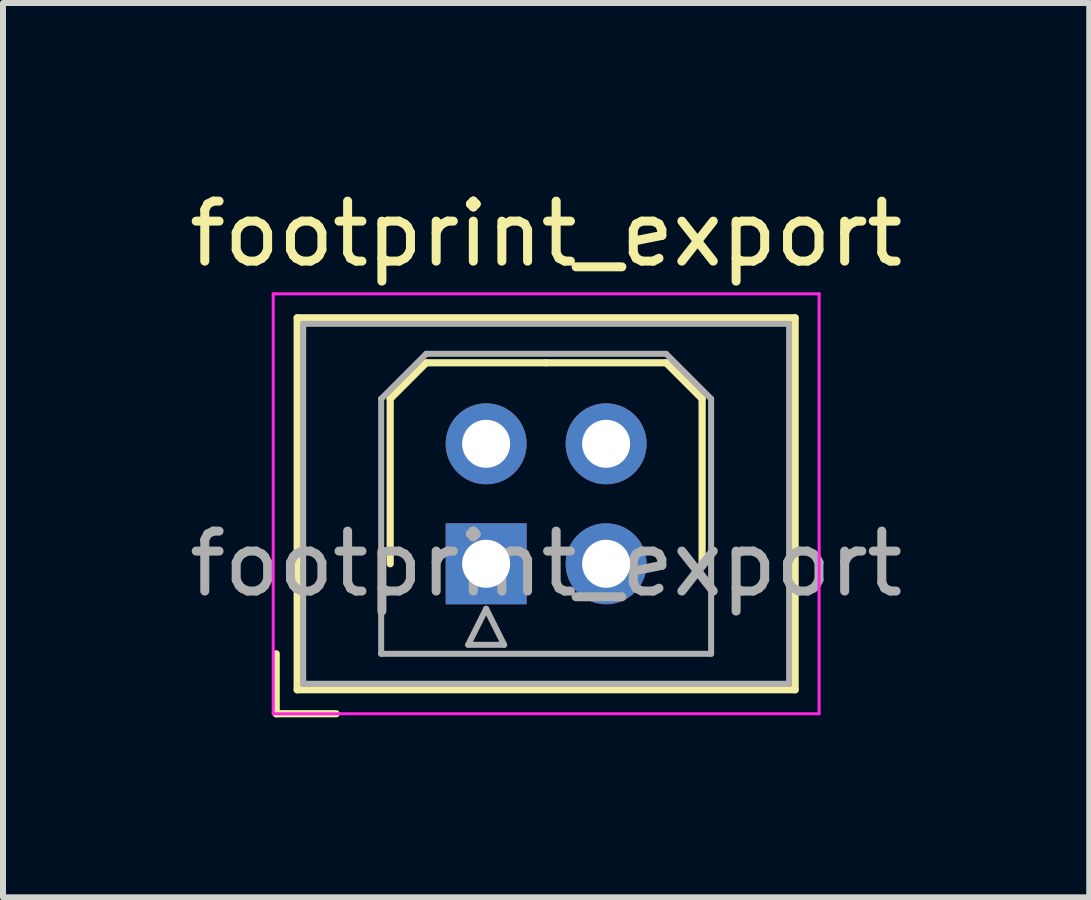
<source format=kicad_pcb>
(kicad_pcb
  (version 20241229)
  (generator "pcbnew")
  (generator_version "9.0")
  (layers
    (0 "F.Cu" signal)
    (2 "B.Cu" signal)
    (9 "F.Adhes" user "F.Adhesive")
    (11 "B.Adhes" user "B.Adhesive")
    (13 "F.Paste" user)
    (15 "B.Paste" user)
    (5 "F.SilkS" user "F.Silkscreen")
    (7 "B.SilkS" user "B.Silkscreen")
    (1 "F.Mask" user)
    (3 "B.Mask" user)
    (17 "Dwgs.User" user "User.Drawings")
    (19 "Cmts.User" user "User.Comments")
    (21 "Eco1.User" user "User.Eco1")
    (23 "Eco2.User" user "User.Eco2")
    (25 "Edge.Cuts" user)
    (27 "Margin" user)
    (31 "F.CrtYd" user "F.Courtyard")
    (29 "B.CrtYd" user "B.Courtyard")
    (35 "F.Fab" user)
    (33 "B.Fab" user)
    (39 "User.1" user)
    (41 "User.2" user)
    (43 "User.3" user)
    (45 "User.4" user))
  (footprint "footprint_export"
    (layer "F.Cu")
    (at 5.054 6.348)
    (property "Reference" "footprint_export" (at 1 -5.5 0) (layer "F.SilkS") (effects (font (size 1 1) (thickness 0.15))))
    (attr through_hole)
    (fp_line (start -3.5 1.5) (end -3.5 2.5) (stroke (width 0.12) (type solid)) (layer "F.SilkS"))
    (fp_line (start -3.5 2.5) (end -2.5 2.5) (stroke (width 0.12) (type solid)) (layer "F.SilkS"))
    (fp_line (start -3.15 -4.1) (end -3.15 2.1) (stroke (width 0.12) (type solid)) (layer "F.SilkS"))
    (fp_line (start -3.15 2.1) (end 5.15 2.1) (stroke (width 0.12) (type solid)) (layer "F.SilkS"))
    (fp_line (start -1.6 -2.75) (end -1 -3.35) (stroke (width 0.12) (type solid)) (layer "F.SilkS"))
    (fp_line (start -1.6 0) (end -1.6 -2.75) (stroke (width 0.12) (type solid)) (layer "F.SilkS"))
    (fp_line (start -1 -3.35) (end 1 -3.35) (stroke (width 0.12) (type solid)) (layer "F.SilkS"))
    (fp_line (start 3 -3.35) (end 1 -3.35) (stroke (width 0.12) (type solid)) (layer "F.SilkS"))
    (fp_line (start 3.6 -2.75) (end 3 -3.35) (stroke (width 0.12) (type solid)) (layer "F.SilkS"))
    (fp_line (start 3.6 0) (end 3.6 -2.75) (stroke (width 0.12) (type solid)) (layer "F.SilkS"))
    (fp_line (start 5.15 -4.1) (end -3.15 -4.1) (stroke (width 0.12) (type solid)) (layer "F.SilkS"))
    (fp_line (start 5.15 2.1) (end 5.15 -4.1) (stroke (width 0.12) (type solid)) (layer "F.SilkS"))
    (fp_line (start -3.55 -4.5) (end -3.55 2.5) (stroke (width 0.05) (type solid)) (layer "F.CrtYd"))
    (fp_line (start -3.55 2.5) (end 5.55 2.5) (stroke (width 0.05) (type solid)) (layer "F.CrtYd"))
    (fp_line (start 5.55 -4.5) (end -3.55 -4.5) (stroke (width 0.05) (type solid)) (layer "F.CrtYd"))
    (fp_line (start 5.55 2.5) (end 5.55 -4.5) (stroke (width 0.05) (type solid)) (layer "F.CrtYd"))
    (fp_line (start -3.05 -4) (end -3.05 2) (stroke (width 0.1) (type solid)) (layer "F.Fab"))
    (fp_line (start -3.05 2) (end 5.05 2) (stroke (width 0.1) (type solid)) (layer "F.Fab"))
    (fp_line (start -1.75 -2.75) (end -1 -3.5) (stroke (width 0.1) (type solid)) (layer "F.Fab"))
    (fp_line (start -1.75 1.5) (end -1.75 -2.75) (stroke (width 0.1) (type solid)) (layer "F.Fab"))
    (fp_line (start -1 -3.5) (end 3 -3.5) (stroke (width 0.1) (type solid)) (layer "F.Fab"))
    (fp_line (start -0.3 1.35) (end 0.3 1.35) (stroke (width 0.1) (type solid)) (layer "F.Fab"))
    (fp_line (start 0 0.75) (end -0.3 1.35) (stroke (width 0.1) (type solid)) (layer "F.Fab"))
    (fp_line (start 0.3 1.35) (end 0 0.75) (stroke (width 0.1) (type solid)) (layer "F.Fab"))
    (fp_line (start 3 -3.5) (end 3.75 -2.75) (stroke (width 0.1) (type solid)) (layer "F.Fab"))
    (fp_line (start 3.75 -2.75) (end 3.75 1.5) (stroke (width 0.1) (type solid)) (layer "F.Fab"))
    (fp_line (start 3.75 1.5) (end -1.75 1.5) (stroke (width 0.1) (type solid)) (layer "F.Fab"))
    (fp_line (start 5.05 -4) (end -3.05 -4) (stroke (width 0.1) (type solid)) (layer "F.Fab"))
    (fp_line (start 5.05 2) (end 5.05 -4) (stroke (width 0.1) (type solid)) (layer "F.Fab"))
    (fp_text user "${REFERENCE}" (at 1 0 0) (layer "F.Fab") (effects (font (size 1 1) (thickness 0.15))))
    (pad "1" thru_hole rect (at 0 0) (size 1.35 1.35) (drill 0.8) (layers "*.Cu" "*.Mask"))
    (pad "2" thru_hole circle (at 0 -2) (size 1.35 1.35) (drill 0.8) (layers "*.Cu" "*.Mask"))
    (pad "3" thru_hole circle (at 2 0) (size 1.35 1.35) (drill 0.8) (layers "*.Cu" "*.Mask"))
    (pad "4" thru_hole circle (at 2 -2) (size 1.35 1.35) (drill 0.8) (layers "*.Cu" "*.Mask")))
  (gr_rect
    (start -3 -3)
    (end 15.107 11.908)
    (stroke (width 0.1) (type default))
    (fill no)
    (layer "Edge.Cuts")))
</source>
